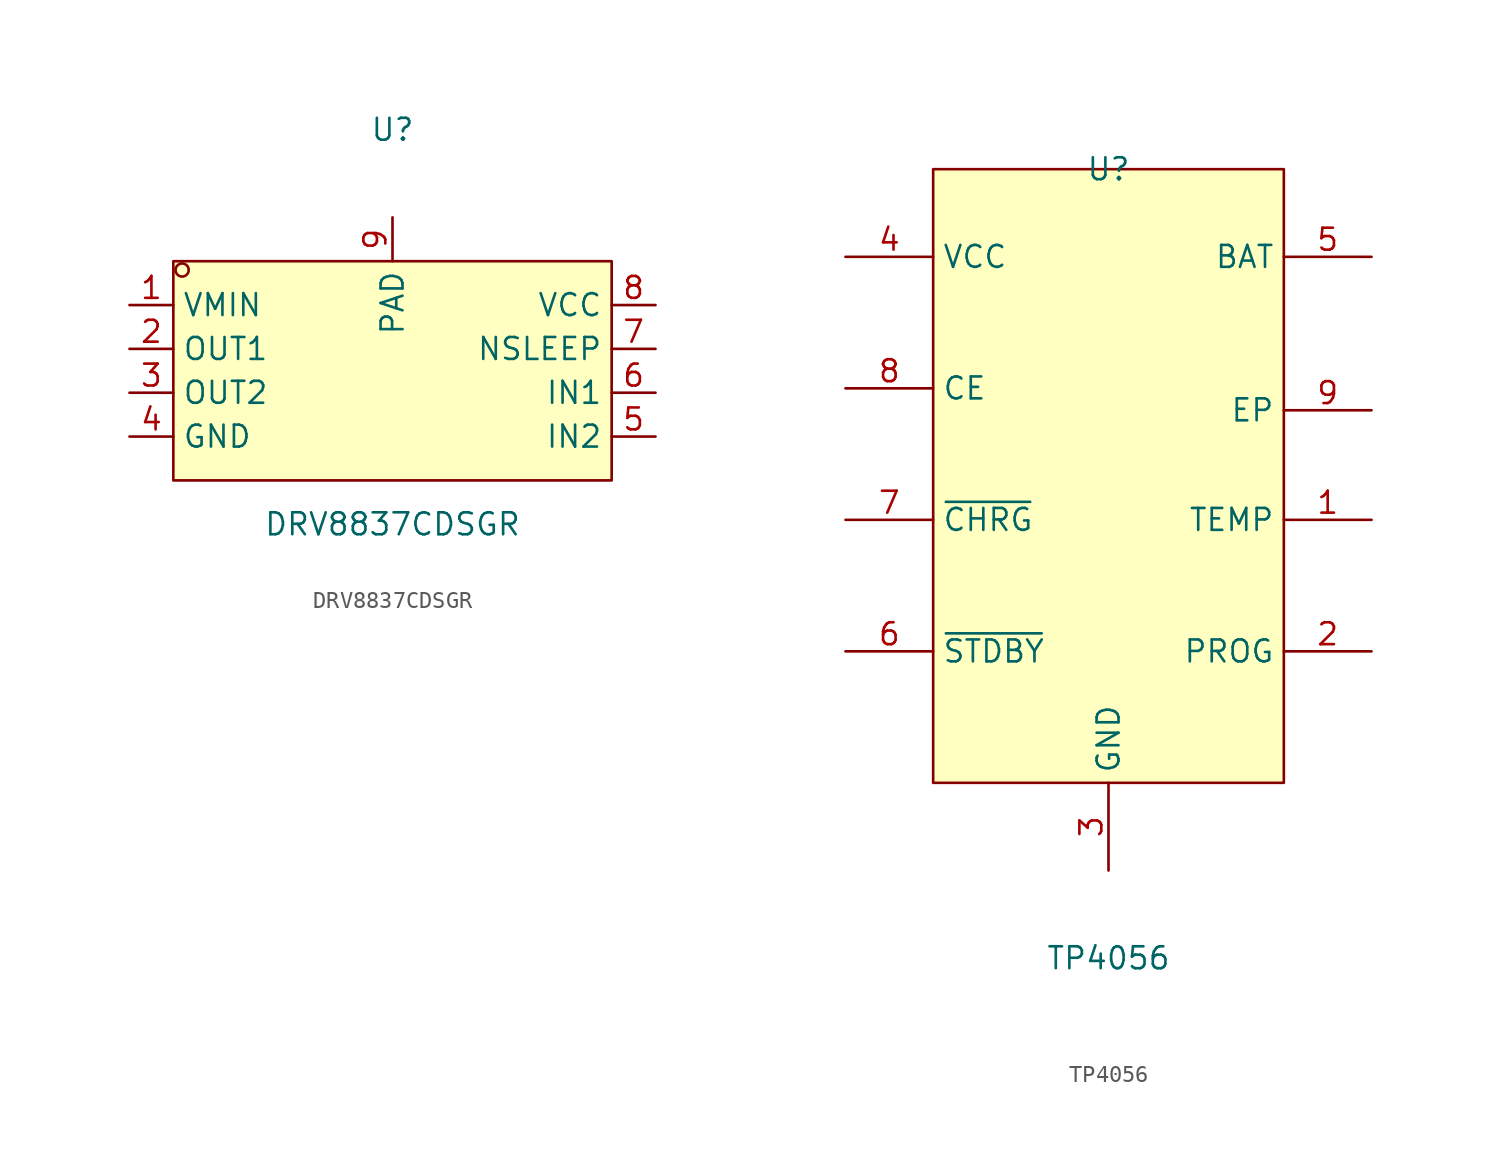
<source format=kicad_sym>
(kicad_symbol_lib
  (version 20231120)
  (generator "kicad_symbol_editor")
  (generator_version "8.0")
  (symbol "DRV8837CDSGR"
    (property "Reference" "U"
      (at 0 13.97 0)
      (effects (font (size 1.27 1.27))))
    (property "Value" "DRV8837CDSGR"
      (at 0 -8.89 0)
      (effects (font (size 1.27 1.27))))
    (symbol "DRV8837CDSGR_0_1"
      (rectangle (start -12.7 6.35) (end 12.7 -6.35) (stroke (width 0) (type default)) (fill (type background)))
      (circle (center -12.19 5.84) (radius 0.38) (stroke (width 0) (type default)) (fill (type none)))
      (pin unspecified line (at -15.24 3.81 0) (length 2.54) (name "VMIN" (effects (font (size 1.27 1.27)))) (number "1" (effects (font (size 1.27 1.27)))))
      (pin unspecified line (at -15.24 1.27 0) (length 2.54) (name "OUT1" (effects (font (size 1.27 1.27)))) (number "2" (effects (font (size 1.27 1.27)))))
      (pin unspecified line (at -15.24 -1.27 0) (length 2.54) (name "OUT2" (effects (font (size 1.27 1.27)))) (number "3" (effects (font (size 1.27 1.27)))))
      (pin unspecified line (at -15.24 -3.81 0) (length 2.54) (name "GND" (effects (font (size 1.27 1.27)))) (number "4" (effects (font (size 1.27 1.27)))))
      (pin unspecified line (at 15.24 -3.81 180) (length 2.54) (name "IN2" (effects (font (size 1.27 1.27)))) (number "5" (effects (font (size 1.27 1.27)))))
      (pin unspecified line (at 15.24 -1.27 180) (length 2.54) (name "IN1" (effects (font (size 1.27 1.27)))) (number "6" (effects (font (size 1.27 1.27)))))
      (pin unspecified line (at 15.24 1.27 180) (length 2.54) (name "NSLEEP" (effects (font (size 1.27 1.27)))) (number "7" (effects (font (size 1.27 1.27)))))
      (pin unspecified line (at 15.24 3.81 180) (length 2.54) (name "VCC" (effects (font (size 1.27 1.27)))) (number "8" (effects (font (size 1.27 1.27)))))
      (pin unspecified line (at 0 8.89 270) (length 2.54) (name "PAD" (effects (font (size 1.27 1.27)))) (number "9" (effects (font (size 1.27 1.27)))))))
  (symbol "TP4056"
    (property "Reference" "U"
      (at 0 20.32 0)
      (effects (font (size 1.27 1.27))))
    (property "Value" "TP4056"
      (at 0 -25.4 0)
      (effects (font (size 1.27 1.27))))
    (symbol "TP4056_0_1"
      (rectangle (start -10.16 20.32) (end 10.16 -15.24) (stroke (width 0) (type default)) (fill (type background)))
      (pin unspecified line (at 15.24 0 180) (length 5.08) (name "TEMP" (effects (font (size 1.27 1.27)))) (number "1" (effects (font (size 1.27 1.27)))))
      (pin unspecified line (at 15.24 -7.62 180) (length 5.08) (name "PROG" (effects (font (size 1.27 1.27)))) (number "2" (effects (font (size 1.27 1.27)))))
      (pin unspecified line (at 0 -20.32 90) (length 5.08) (name "GND" (effects (font (size 1.27 1.27)))) (number "3" (effects (font (size 1.27 1.27)))))
      (pin unspecified line (at -15.24 15.24 0) (length 5.08) (name "VCC" (effects (font (size 1.27 1.27)))) (number "4" (effects (font (size 1.27 1.27)))))
      (pin unspecified line (at 15.24 15.24 180) (length 5.08) (name "BAT" (effects (font (size 1.27 1.27)))) (number "5" (effects (font (size 1.27 1.27)))))
      (pin unspecified line (at -15.24 -7.62 0) (length 5.08) (name "~{STDBY}" (effects (font (size 1.27 1.27)))) (number "6" (effects (font (size 1.27 1.27)))))
      (pin unspecified line (at -15.24 0 0) (length 5.08) (name "~{CHRG}" (effects (font (size 1.27 1.27)))) (number "7" (effects (font (size 1.27 1.27)))))
      (pin unspecified line (at -15.24 7.62 0) (length 5.08) (name "CE" (effects (font (size 1.27 1.27)))) (number "8" (effects (font (size 1.27 1.27)))))
      (pin unspecified line (at 15.24 6.35 180) (length 5.08) (name "EP" (effects (font (size 1.27 1.27)))) (number "9" (effects (font (size 1.27 1.27))))))))
</source>
